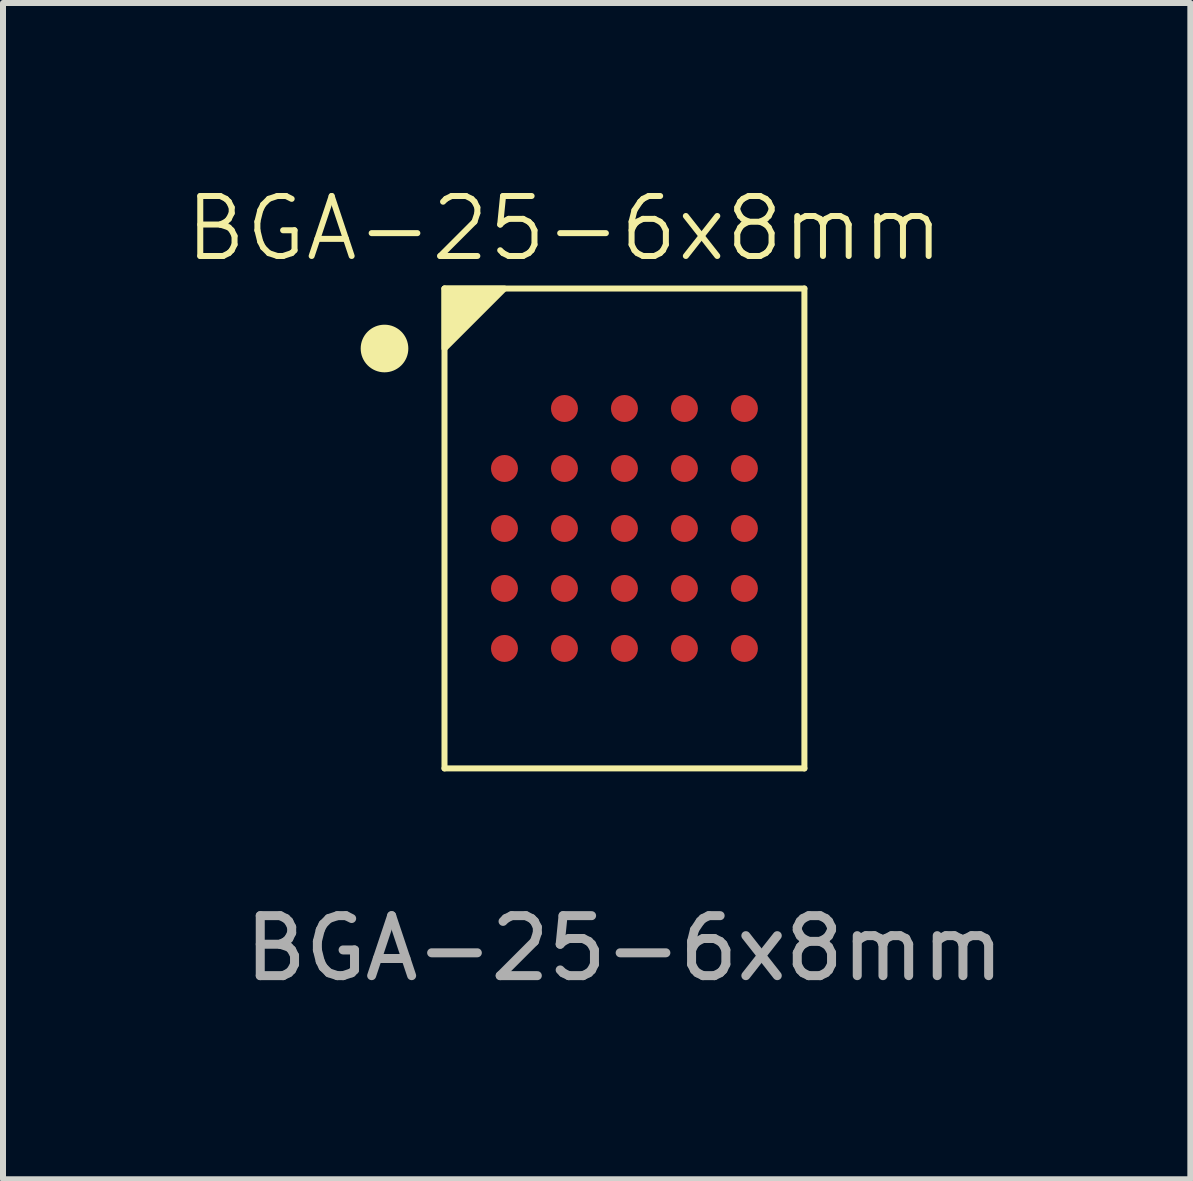
<source format=kicad_pcb>
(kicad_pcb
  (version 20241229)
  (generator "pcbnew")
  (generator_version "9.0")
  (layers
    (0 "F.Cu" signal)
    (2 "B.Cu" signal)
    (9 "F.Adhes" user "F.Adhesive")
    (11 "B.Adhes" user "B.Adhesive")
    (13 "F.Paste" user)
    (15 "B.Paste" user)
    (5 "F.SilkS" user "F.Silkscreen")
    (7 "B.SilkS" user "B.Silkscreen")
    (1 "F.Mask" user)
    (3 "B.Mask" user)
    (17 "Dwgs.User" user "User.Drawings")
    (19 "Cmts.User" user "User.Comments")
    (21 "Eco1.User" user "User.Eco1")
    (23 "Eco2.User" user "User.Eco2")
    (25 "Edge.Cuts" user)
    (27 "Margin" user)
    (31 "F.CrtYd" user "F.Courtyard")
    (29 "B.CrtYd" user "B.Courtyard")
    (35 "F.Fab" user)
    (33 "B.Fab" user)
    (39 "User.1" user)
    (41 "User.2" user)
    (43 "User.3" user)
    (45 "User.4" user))
  (footprint "BGA-25-6x8mm"
    (layer "F.Cu")
    (at 5.36 3.76)
    (property "Reference" "BGA-25-6x8mm" (at 1 -3 0) (unlocked yes) (layer "F.SilkS") (effects (font (size 1 1) (thickness 0.1))))
    (attr smd)
    (fp_line (start 5 -2) (end -1 -2) (stroke (width 0.1) (type default)) (layer "F.SilkS"))
    (fp_line (start 5 -2) (end 5 6) (stroke (width 0.1) (type default)) (layer "F.SilkS"))
    (fp_line (start 5 6) (end -1 6) (stroke (width 0.1) (type default)) (layer "F.SilkS"))
    (fp_rect (start -1 -2) (end -1 6) (stroke (width 0.1) (type default)) (fill no) (layer "F.SilkS"))
    (fp_circle (center -2 -1) (end -1.653 -1) (stroke (width 0.1) (type solid)) (fill yes) (layer "F.SilkS"))
    (fp_poly (pts (xy 0 -2) (xy -1 -1) (xy -1 -2)) (stroke (width 0.1) (type solid)) (fill yes) (layer "F.SilkS"))
    (fp_text user "${REFERENCE}" (at 2 9 0) (unlocked yes) (layer "F.Fab") (effects (font (size 1 1) (thickness 0.15))))
    (pad "A2" smd circle (at 1 0) (size 0.45 0.45) (layers "F.Cu" "F.Mask" "F.Paste"))
    (pad "A3" smd circle (at 2 0) (size 0.45 0.45) (layers "F.Cu" "F.Mask" "F.Paste"))
    (pad "A4" smd circle (at 3 0) (size 0.45 0.45) (layers "F.Cu" "F.Mask" "F.Paste"))
    (pad "A5" smd circle (at 4 0) (size 0.45 0.45) (layers "F.Cu" "F.Mask" "F.Paste"))
    (pad "B1" smd circle (at 0 1) (size 0.45 0.45) (layers "F.Cu" "F.Mask" "F.Paste"))
    (pad "B2" smd circle (at 1 1) (size 0.45 0.45) (layers "F.Cu" "F.Mask" "F.Paste"))
    (pad "B3" smd circle (at 2 1) (size 0.45 0.45) (layers "F.Cu" "F.Mask" "F.Paste"))
    (pad "B4" smd circle (at 3 1) (size 0.45 0.45) (layers "F.Cu" "F.Mask" "F.Paste"))
    (pad "B5" smd circle (at 4 1) (size 0.45 0.45) (layers "F.Cu" "F.Mask" "F.Paste"))
    (pad "C1" smd circle (at 0 2) (size 0.45 0.45) (layers "F.Cu" "F.Mask" "F.Paste"))
    (pad "C2" smd circle (at 1 2) (size 0.45 0.45) (layers "F.Cu" "F.Mask" "F.Paste"))
    (pad "C3" smd circle (at 2 2) (size 0.45 0.45) (layers "F.Cu" "F.Mask" "F.Paste"))
    (pad "C4" smd circle (at 3 2) (size 0.45 0.45) (layers "F.Cu" "F.Mask" "F.Paste"))
    (pad "C5" smd circle (at 4 2) (size 0.45 0.45) (layers "F.Cu" "F.Mask" "F.Paste"))
    (pad "D1" smd circle (at 0 3) (size 0.45 0.45) (layers "F.Cu" "F.Mask" "F.Paste"))
    (pad "D2" smd circle (at 1 3) (size 0.45 0.45) (layers "F.Cu" "F.Mask" "F.Paste"))
    (pad "D3" smd circle (at 2 3) (size 0.45 0.45) (layers "F.Cu" "F.Mask" "F.Paste"))
    (pad "D4" smd circle (at 3 3) (size 0.45 0.45) (layers "F.Cu" "F.Mask" "F.Paste"))
    (pad "D5" smd circle (at 4 3) (size 0.45 0.45) (layers "F.Cu" "F.Mask" "F.Paste"))
    (pad "E1" smd circle (at 0 4) (size 0.45 0.45) (layers "F.Cu" "F.Mask" "F.Paste"))
    (pad "E2" smd circle (at 1 4) (size 0.45 0.45) (layers "F.Cu" "F.Mask" "F.Paste"))
    (pad "E3" smd circle (at 2 4) (size 0.45 0.45) (layers "F.Cu" "F.Mask" "F.Paste"))
    (pad "E4" smd circle (at 3 4) (size 0.45 0.45) (layers "F.Cu" "F.Mask" "F.Paste"))
    (pad "E5" smd circle (at 4 4) (size 0.45 0.45) (layers "F.Cu" "F.Mask" "F.Paste")))
  (gr_rect
    (start -3 -3)
    (end 16.794 16.609)
    (stroke (width 0.1) (type default))
    (fill no)
    (layer "Edge.Cuts")))
</source>
